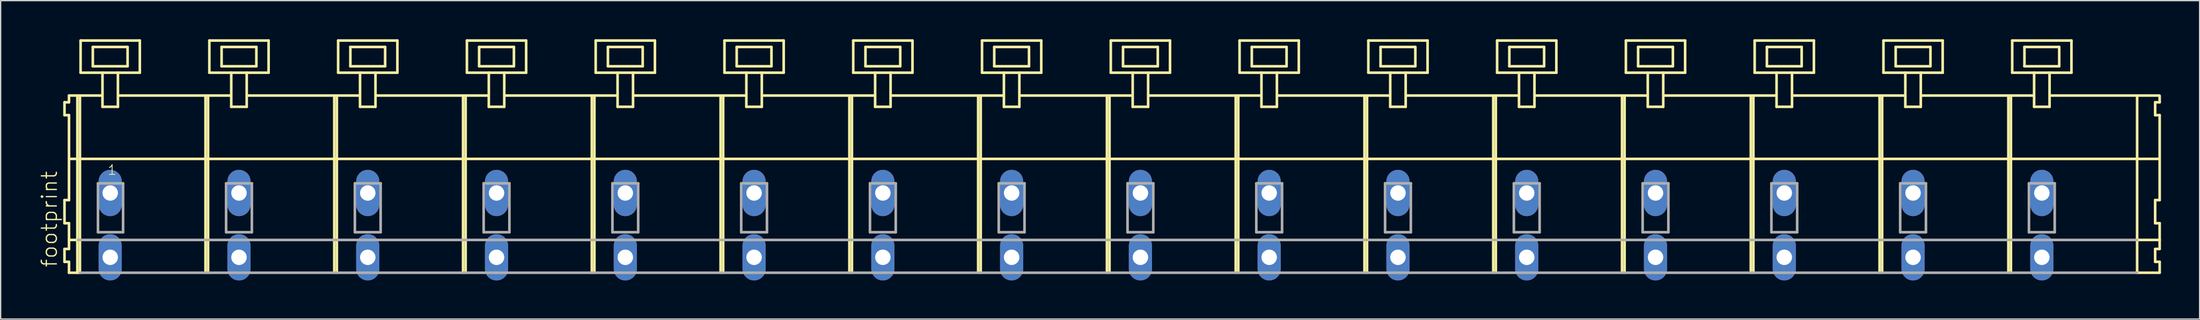
<source format=kicad_pcb>
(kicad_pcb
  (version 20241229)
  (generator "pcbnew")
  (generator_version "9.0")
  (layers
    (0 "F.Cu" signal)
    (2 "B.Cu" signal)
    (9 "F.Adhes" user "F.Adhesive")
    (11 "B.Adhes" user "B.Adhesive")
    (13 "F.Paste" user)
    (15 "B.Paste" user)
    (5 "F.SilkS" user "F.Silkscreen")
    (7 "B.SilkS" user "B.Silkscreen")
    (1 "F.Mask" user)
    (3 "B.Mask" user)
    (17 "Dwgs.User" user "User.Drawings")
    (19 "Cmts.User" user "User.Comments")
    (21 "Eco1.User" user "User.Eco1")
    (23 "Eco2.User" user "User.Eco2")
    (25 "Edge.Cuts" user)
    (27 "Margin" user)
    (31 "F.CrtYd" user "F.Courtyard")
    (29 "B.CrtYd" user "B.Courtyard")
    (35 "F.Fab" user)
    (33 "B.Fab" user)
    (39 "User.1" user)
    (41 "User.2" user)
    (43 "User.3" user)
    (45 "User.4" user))
  (footprint "footprint"
    (layer "F.Cu")
    (at 83.008 11.952)
    (property "Reference" "footprint" (at -81.535 5.855 90) (layer "F.SilkS") (effects (font (size 1.168 1.168) (thickness 0.102)) (justify left bottom)))
    (fp_line (start -81.05 -7.05) (end -81.05 -6.05) (stroke (width 0.203) (type solid)) (layer "F.SilkS"))
    (fp_line (start -81.05 -6.05) (end -80.7 -6.05) (stroke (width 0.203) (type solid)) (layer "F.SilkS"))
    (fp_line (start -81.05 0.55) (end -81.05 2.35) (stroke (width 0.203) (type solid)) (layer "F.SilkS"))
    (fp_line (start -81.05 2.35) (end -80.7 2.35) (stroke (width 0.203) (type solid)) (layer "F.SilkS"))
    (fp_line (start -81.05 4.35) (end -81.05 5.35) (stroke (width 0.203) (type solid)) (layer "F.SilkS"))
    (fp_line (start -81.05 5.35) (end -80.7 5.35) (stroke (width 0.203) (type solid)) (layer "F.SilkS"))
    (fp_line (start -80.7 -7.575) (end -80.7 -7.05) (stroke (width 0.203) (type solid)) (layer "F.SilkS"))
    (fp_line (start -80.7 -7.575) (end -78.125 -7.575) (stroke (width 0.203) (type solid)) (layer "F.SilkS"))
    (fp_line (start -80.7 -7.05) (end -81.05 -7.05) (stroke (width 0.203) (type solid)) (layer "F.SilkS"))
    (fp_line (start -80.7 -6.05) (end -80.7 0.55) (stroke (width 0.203) (type solid)) (layer "F.SilkS"))
    (fp_line (start -80.7 0.55) (end -81.05 0.55) (stroke (width 0.203) (type solid)) (layer "F.SilkS"))
    (fp_line (start -80.7 2.35) (end -80.7 4.35) (stroke (width 0.203) (type solid)) (layer "F.SilkS"))
    (fp_line (start -80.7 3.65) (end -80 3.65) (stroke (width 0.203) (type solid)) (layer "F.SilkS"))
    (fp_line (start -80.7 4.35) (end -81.05 4.35) (stroke (width 0.203) (type solid)) (layer "F.SilkS"))
    (fp_line (start -80.7 5.35) (end -80.7 6.2) (stroke (width 0.203) (type solid)) (layer "F.SilkS"))
    (fp_line (start -80.7 6.2) (end -80.05 6.2) (stroke (width 0.203) (type solid)) (layer "F.SilkS"))
    (fp_line (start -80.65 -2.65) (end 81.6 -2.65) (stroke (width 0.203) (type solid)) (layer "F.SilkS"))
    (fp_line (start -80.05 -7.55) (end -80.05 6.2) (stroke (width 0.203) (type solid)) (layer "F.SilkS"))
    (fp_line (start -80.05 6.2) (end -79.85 6.2) (stroke (width 0.203) (type solid)) (layer "F.SilkS"))
    (fp_line (start -79.85 -7.55) (end -79.85 6.2) (stroke (width 0.203) (type solid)) (layer "F.SilkS"))
    (fp_line (start -79.8 -11.85) (end -79.8 -9.35) (stroke (width 0.203) (type solid)) (layer "F.SilkS"))
    (fp_line (start -79.8 -9.35) (end -78.1 -9.35) (stroke (width 0.203) (type solid)) (layer "F.SilkS"))
    (fp_line (start -78.85 -11.35) (end -78.85 -9.85) (stroke (width 0.203) (type solid)) (layer "F.SilkS"))
    (fp_line (start -78.85 -9.85) (end -76.15 -9.85) (stroke (width 0.203) (type solid)) (layer "F.SilkS"))
    (fp_line (start -78.1 -9.35) (end -78.1 -6.7) (stroke (width 0.203) (type solid)) (layer "F.SilkS"))
    (fp_line (start -78.1 -9.35) (end -76.9 -9.35) (stroke (width 0.203) (type solid)) (layer "F.SilkS"))
    (fp_line (start -78.1 -6.7) (end -76.9 -6.7) (stroke (width 0.203) (type solid)) (layer "F.SilkS"))
    (fp_line (start -76.9 -9.35) (end -75.2 -9.35) (stroke (width 0.203) (type solid)) (layer "F.SilkS"))
    (fp_line (start -76.9 -6.7) (end -76.9 -9.35) (stroke (width 0.203) (type solid)) (layer "F.SilkS"))
    (fp_line (start -76.825 -7.575) (end -68.125 -7.575) (stroke (width 0.203) (type solid)) (layer "F.SilkS"))
    (fp_line (start -76.15 -11.35) (end -78.85 -11.35) (stroke (width 0.203) (type solid)) (layer "F.SilkS"))
    (fp_line (start -76.15 -9.85) (end -76.15 -11.35) (stroke (width 0.203) (type solid)) (layer "F.SilkS"))
    (fp_line (start -75.2 -11.85) (end -79.8 -11.85) (stroke (width 0.203) (type solid)) (layer "F.SilkS"))
    (fp_line (start -75.2 -9.35) (end -75.2 -11.85) (stroke (width 0.203) (type solid)) (layer "F.SilkS"))
    (fp_line (start -70.1 -7.55) (end -70.1 6.2) (stroke (width 0.203) (type solid)) (layer "F.SilkS"))
    (fp_line (start -69.9 -7.55) (end -69.9 6.2) (stroke (width 0.203) (type solid)) (layer "F.SilkS"))
    (fp_line (start -69.8 -11.85) (end -69.8 -9.35) (stroke (width 0.203) (type solid)) (layer "F.SilkS"))
    (fp_line (start -69.8 -9.35) (end -68.1 -9.35) (stroke (width 0.203) (type solid)) (layer "F.SilkS"))
    (fp_line (start -68.85 -11.35) (end -68.85 -9.85) (stroke (width 0.203) (type solid)) (layer "F.SilkS"))
    (fp_line (start -68.85 -9.85) (end -66.15 -9.85) (stroke (width 0.203) (type solid)) (layer "F.SilkS"))
    (fp_line (start -68.1 -9.35) (end -68.1 -6.7) (stroke (width 0.203) (type solid)) (layer "F.SilkS"))
    (fp_line (start -68.1 -9.35) (end -66.9 -9.35) (stroke (width 0.203) (type solid)) (layer "F.SilkS"))
    (fp_line (start -68.1 -6.7) (end -66.9 -6.7) (stroke (width 0.203) (type solid)) (layer "F.SilkS"))
    (fp_line (start -66.9 -9.35) (end -65.2 -9.35) (stroke (width 0.203) (type solid)) (layer "F.SilkS"))
    (fp_line (start -66.9 -6.7) (end -66.9 -9.35) (stroke (width 0.203) (type solid)) (layer "F.SilkS"))
    (fp_line (start -66.825 -7.575) (end -58.125 -7.575) (stroke (width 0.203) (type solid)) (layer "F.SilkS"))
    (fp_line (start -66.15 -11.35) (end -68.85 -11.35) (stroke (width 0.203) (type solid)) (layer "F.SilkS"))
    (fp_line (start -66.15 -9.85) (end -66.15 -11.35) (stroke (width 0.203) (type solid)) (layer "F.SilkS"))
    (fp_line (start -65.2 -11.85) (end -69.8 -11.85) (stroke (width 0.203) (type solid)) (layer "F.SilkS"))
    (fp_line (start -65.2 -9.35) (end -65.2 -11.85) (stroke (width 0.203) (type solid)) (layer "F.SilkS"))
    (fp_line (start -60.1 -7.55) (end -60.1 6.2) (stroke (width 0.203) (type solid)) (layer "F.SilkS"))
    (fp_line (start -59.9 -7.55) (end -59.9 6.2) (stroke (width 0.203) (type solid)) (layer "F.SilkS"))
    (fp_line (start -59.8 -11.85) (end -59.8 -9.35) (stroke (width 0.203) (type solid)) (layer "F.SilkS"))
    (fp_line (start -59.8 -9.35) (end -58.1 -9.35) (stroke (width 0.203) (type solid)) (layer "F.SilkS"))
    (fp_line (start -58.85 -11.35) (end -58.85 -9.85) (stroke (width 0.203) (type solid)) (layer "F.SilkS"))
    (fp_line (start -58.85 -9.85) (end -56.15 -9.85) (stroke (width 0.203) (type solid)) (layer "F.SilkS"))
    (fp_line (start -58.1 -9.35) (end -58.1 -6.7) (stroke (width 0.203) (type solid)) (layer "F.SilkS"))
    (fp_line (start -58.1 -9.35) (end -56.9 -9.35) (stroke (width 0.203) (type solid)) (layer "F.SilkS"))
    (fp_line (start -58.1 -6.7) (end -56.9 -6.7) (stroke (width 0.203) (type solid)) (layer "F.SilkS"))
    (fp_line (start -56.9 -9.35) (end -55.2 -9.35) (stroke (width 0.203) (type solid)) (layer "F.SilkS"))
    (fp_line (start -56.9 -6.7) (end -56.9 -9.35) (stroke (width 0.203) (type solid)) (layer "F.SilkS"))
    (fp_line (start -56.825 -7.575) (end -48.125 -7.575) (stroke (width 0.203) (type solid)) (layer "F.SilkS"))
    (fp_line (start -56.15 -11.35) (end -58.85 -11.35) (stroke (width 0.203) (type solid)) (layer "F.SilkS"))
    (fp_line (start -56.15 -9.85) (end -56.15 -11.35) (stroke (width 0.203) (type solid)) (layer "F.SilkS"))
    (fp_line (start -55.2 -11.85) (end -59.8 -11.85) (stroke (width 0.203) (type solid)) (layer "F.SilkS"))
    (fp_line (start -55.2 -9.35) (end -55.2 -11.85) (stroke (width 0.203) (type solid)) (layer "F.SilkS"))
    (fp_line (start -50.1 -7.55) (end -50.1 6.2) (stroke (width 0.203) (type solid)) (layer "F.SilkS"))
    (fp_line (start -49.9 -7.55) (end -49.9 6.2) (stroke (width 0.203) (type solid)) (layer "F.SilkS"))
    (fp_line (start -49.8 -11.85) (end -49.8 -9.35) (stroke (width 0.203) (type solid)) (layer "F.SilkS"))
    (fp_line (start -49.8 -9.35) (end -48.1 -9.35) (stroke (width 0.203) (type solid)) (layer "F.SilkS"))
    (fp_line (start -48.85 -11.35) (end -48.85 -9.85) (stroke (width 0.203) (type solid)) (layer "F.SilkS"))
    (fp_line (start -48.85 -9.85) (end -46.15 -9.85) (stroke (width 0.203) (type solid)) (layer "F.SilkS"))
    (fp_line (start -48.1 -9.35) (end -48.1 -6.7) (stroke (width 0.203) (type solid)) (layer "F.SilkS"))
    (fp_line (start -48.1 -9.35) (end -46.9 -9.35) (stroke (width 0.203) (type solid)) (layer "F.SilkS"))
    (fp_line (start -48.1 -6.7) (end -46.9 -6.7) (stroke (width 0.203) (type solid)) (layer "F.SilkS"))
    (fp_line (start -46.9 -9.35) (end -45.2 -9.35) (stroke (width 0.203) (type solid)) (layer "F.SilkS"))
    (fp_line (start -46.9 -6.7) (end -46.9 -9.35) (stroke (width 0.203) (type solid)) (layer "F.SilkS"))
    (fp_line (start -46.825 -7.575) (end -38.125 -7.575) (stroke (width 0.203) (type solid)) (layer "F.SilkS"))
    (fp_line (start -46.15 -11.35) (end -48.85 -11.35) (stroke (width 0.203) (type solid)) (layer "F.SilkS"))
    (fp_line (start -46.15 -9.85) (end -46.15 -11.35) (stroke (width 0.203) (type solid)) (layer "F.SilkS"))
    (fp_line (start -45.2 -11.85) (end -49.8 -11.85) (stroke (width 0.203) (type solid)) (layer "F.SilkS"))
    (fp_line (start -45.2 -9.35) (end -45.2 -11.85) (stroke (width 0.203) (type solid)) (layer "F.SilkS"))
    (fp_line (start -40.1 -7.55) (end -40.1 6.2) (stroke (width 0.203) (type solid)) (layer "F.SilkS"))
    (fp_line (start -39.9 -7.55) (end -39.9 6.2) (stroke (width 0.203) (type solid)) (layer "F.SilkS"))
    (fp_line (start -39.8 -11.85) (end -39.8 -9.35) (stroke (width 0.203) (type solid)) (layer "F.SilkS"))
    (fp_line (start -39.8 -9.35) (end -38.1 -9.35) (stroke (width 0.203) (type solid)) (layer "F.SilkS"))
    (fp_line (start -38.85 -11.35) (end -38.85 -9.85) (stroke (width 0.203) (type solid)) (layer "F.SilkS"))
    (fp_line (start -38.85 -9.85) (end -36.15 -9.85) (stroke (width 0.203) (type solid)) (layer "F.SilkS"))
    (fp_line (start -38.1 -9.35) (end -38.1 -6.7) (stroke (width 0.203) (type solid)) (layer "F.SilkS"))
    (fp_line (start -38.1 -9.35) (end -36.9 -9.35) (stroke (width 0.203) (type solid)) (layer "F.SilkS"))
    (fp_line (start -38.1 -6.7) (end -36.9 -6.7) (stroke (width 0.203) (type solid)) (layer "F.SilkS"))
    (fp_line (start -36.9 -9.35) (end -35.2 -9.35) (stroke (width 0.203) (type solid)) (layer "F.SilkS"))
    (fp_line (start -36.9 -6.7) (end -36.9 -9.35) (stroke (width 0.203) (type solid)) (layer "F.SilkS"))
    (fp_line (start -36.825 -7.575) (end -28.125 -7.575) (stroke (width 0.203) (type solid)) (layer "F.SilkS"))
    (fp_line (start -36.15 -11.35) (end -38.85 -11.35) (stroke (width 0.203) (type solid)) (layer "F.SilkS"))
    (fp_line (start -36.15 -9.85) (end -36.15 -11.35) (stroke (width 0.203) (type solid)) (layer "F.SilkS"))
    (fp_line (start -35.2 -11.85) (end -39.8 -11.85) (stroke (width 0.203) (type solid)) (layer "F.SilkS"))
    (fp_line (start -35.2 -9.35) (end -35.2 -11.85) (stroke (width 0.203) (type solid)) (layer "F.SilkS"))
    (fp_line (start -30.1 -7.55) (end -30.1 6.2) (stroke (width 0.203) (type solid)) (layer "F.SilkS"))
    (fp_line (start -29.9 -7.55) (end -29.9 6.2) (stroke (width 0.203) (type solid)) (layer "F.SilkS"))
    (fp_line (start -29.8 -11.85) (end -29.8 -9.35) (stroke (width 0.203) (type solid)) (layer "F.SilkS"))
    (fp_line (start -29.8 -9.35) (end -28.1 -9.35) (stroke (width 0.203) (type solid)) (layer "F.SilkS"))
    (fp_line (start -28.85 -11.35) (end -28.85 -9.85) (stroke (width 0.203) (type solid)) (layer "F.SilkS"))
    (fp_line (start -28.85 -9.85) (end -26.15 -9.85) (stroke (width 0.203) (type solid)) (layer "F.SilkS"))
    (fp_line (start -28.1 -9.35) (end -28.1 -6.7) (stroke (width 0.203) (type solid)) (layer "F.SilkS"))
    (fp_line (start -28.1 -9.35) (end -26.9 -9.35) (stroke (width 0.203) (type solid)) (layer "F.SilkS"))
    (fp_line (start -28.1 -6.7) (end -26.9 -6.7) (stroke (width 0.203) (type solid)) (layer "F.SilkS"))
    (fp_line (start -26.9 -9.35) (end -25.2 -9.35) (stroke (width 0.203) (type solid)) (layer "F.SilkS"))
    (fp_line (start -26.9 -6.7) (end -26.9 -9.35) (stroke (width 0.203) (type solid)) (layer "F.SilkS"))
    (fp_line (start -26.825 -7.575) (end -18.125 -7.575) (stroke (width 0.203) (type solid)) (layer "F.SilkS"))
    (fp_line (start -26.15 -11.35) (end -28.85 -11.35) (stroke (width 0.203) (type solid)) (layer "F.SilkS"))
    (fp_line (start -26.15 -9.85) (end -26.15 -11.35) (stroke (width 0.203) (type solid)) (layer "F.SilkS"))
    (fp_line (start -25.2 -11.85) (end -29.8 -11.85) (stroke (width 0.203) (type solid)) (layer "F.SilkS"))
    (fp_line (start -25.2 -9.35) (end -25.2 -11.85) (stroke (width 0.203) (type solid)) (layer "F.SilkS"))
    (fp_line (start -20.1 -7.55) (end -20.1 6.2) (stroke (width 0.203) (type solid)) (layer "F.SilkS"))
    (fp_line (start -19.9 -7.55) (end -19.9 6.2) (stroke (width 0.203) (type solid)) (layer "F.SilkS"))
    (fp_line (start -19.8 -11.85) (end -19.8 -9.35) (stroke (width 0.203) (type solid)) (layer "F.SilkS"))
    (fp_line (start -19.8 -9.35) (end -18.1 -9.35) (stroke (width 0.203) (type solid)) (layer "F.SilkS"))
    (fp_line (start -18.85 -11.35) (end -18.85 -9.85) (stroke (width 0.203) (type solid)) (layer "F.SilkS"))
    (fp_line (start -18.85 -9.85) (end -16.15 -9.85) (stroke (width 0.203) (type solid)) (layer "F.SilkS"))
    (fp_line (start -18.1 -9.35) (end -18.1 -6.7) (stroke (width 0.203) (type solid)) (layer "F.SilkS"))
    (fp_line (start -18.1 -9.35) (end -16.9 -9.35) (stroke (width 0.203) (type solid)) (layer "F.SilkS"))
    (fp_line (start -18.1 -6.7) (end -16.9 -6.7) (stroke (width 0.203) (type solid)) (layer "F.SilkS"))
    (fp_line (start -16.9 -9.35) (end -15.2 -9.35) (stroke (width 0.203) (type solid)) (layer "F.SilkS"))
    (fp_line (start -16.9 -6.7) (end -16.9 -9.35) (stroke (width 0.203) (type solid)) (layer "F.SilkS"))
    (fp_line (start -16.825 -7.575) (end -8.125 -7.575) (stroke (width 0.203) (type solid)) (layer "F.SilkS"))
    (fp_line (start -16.15 -11.35) (end -18.85 -11.35) (stroke (width 0.203) (type solid)) (layer "F.SilkS"))
    (fp_line (start -16.15 -9.85) (end -16.15 -11.35) (stroke (width 0.203) (type solid)) (layer "F.SilkS"))
    (fp_line (start -15.2 -11.85) (end -19.8 -11.85) (stroke (width 0.203) (type solid)) (layer "F.SilkS"))
    (fp_line (start -15.2 -9.35) (end -15.2 -11.85) (stroke (width 0.203) (type solid)) (layer "F.SilkS"))
    (fp_line (start -10.1 -7.55) (end -10.1 6.2) (stroke (width 0.203) (type solid)) (layer "F.SilkS"))
    (fp_line (start -9.9 -7.55) (end -9.9 6.2) (stroke (width 0.203) (type solid)) (layer "F.SilkS"))
    (fp_line (start -9.8 -11.85) (end -9.8 -9.35) (stroke (width 0.203) (type solid)) (layer "F.SilkS"))
    (fp_line (start -9.8 -9.35) (end -8.1 -9.35) (stroke (width 0.203) (type solid)) (layer "F.SilkS"))
    (fp_line (start -8.85 -11.35) (end -8.85 -9.85) (stroke (width 0.203) (type solid)) (layer "F.SilkS"))
    (fp_line (start -8.85 -9.85) (end -6.15 -9.85) (stroke (width 0.203) (type solid)) (layer "F.SilkS"))
    (fp_line (start -8.1 -9.35) (end -8.1 -6.7) (stroke (width 0.203) (type solid)) (layer "F.SilkS"))
    (fp_line (start -8.1 -9.35) (end -6.9 -9.35) (stroke (width 0.203) (type solid)) (layer "F.SilkS"))
    (fp_line (start -8.1 -6.7) (end -6.9 -6.7) (stroke (width 0.203) (type solid)) (layer "F.SilkS"))
    (fp_line (start -6.9 -9.35) (end -5.2 -9.35) (stroke (width 0.203) (type solid)) (layer "F.SilkS"))
    (fp_line (start -6.9 -6.7) (end -6.9 -9.35) (stroke (width 0.203) (type solid)) (layer "F.SilkS"))
    (fp_line (start -6.825 -7.575) (end 1.875 -7.575) (stroke (width 0.203) (type solid)) (layer "F.SilkS"))
    (fp_line (start -6.15 -11.35) (end -8.85 -11.35) (stroke (width 0.203) (type solid)) (layer "F.SilkS"))
    (fp_line (start -6.15 -9.85) (end -6.15 -11.35) (stroke (width 0.203) (type solid)) (layer "F.SilkS"))
    (fp_line (start -5.2 -11.85) (end -9.8 -11.85) (stroke (width 0.203) (type solid)) (layer "F.SilkS"))
    (fp_line (start -5.2 -9.35) (end -5.2 -11.85) (stroke (width 0.203) (type solid)) (layer "F.SilkS"))
    (fp_line (start -0.1 -7.55) (end -0.1 6.2) (stroke (width 0.203) (type solid)) (layer "F.SilkS"))
    (fp_line (start 0.1 -7.55) (end 0.1 6.2) (stroke (width 0.203) (type solid)) (layer "F.SilkS"))
    (fp_line (start 0.2 -11.85) (end 0.2 -9.35) (stroke (width 0.203) (type solid)) (layer "F.SilkS"))
    (fp_line (start 0.2 -9.35) (end 1.9 -9.35) (stroke (width 0.203) (type solid)) (layer "F.SilkS"))
    (fp_line (start 1.15 -11.35) (end 1.15 -9.85) (stroke (width 0.203) (type solid)) (layer "F.SilkS"))
    (fp_line (start 1.15 -9.85) (end 3.85 -9.85) (stroke (width 0.203) (type solid)) (layer "F.SilkS"))
    (fp_line (start 1.9 -9.35) (end 1.9 -6.7) (stroke (width 0.203) (type solid)) (layer "F.SilkS"))
    (fp_line (start 1.9 -9.35) (end 3.1 -9.35) (stroke (width 0.203) (type solid)) (layer "F.SilkS"))
    (fp_line (start 1.9 -6.7) (end 3.1 -6.7) (stroke (width 0.203) (type solid)) (layer "F.SilkS"))
    (fp_line (start 3.1 -9.35) (end 4.8 -9.35) (stroke (width 0.203) (type solid)) (layer "F.SilkS"))
    (fp_line (start 3.1 -6.7) (end 3.1 -9.35) (stroke (width 0.203) (type solid)) (layer "F.SilkS"))
    (fp_line (start 3.175 -7.575) (end 11.875 -7.575) (stroke (width 0.203) (type solid)) (layer "F.SilkS"))
    (fp_line (start 3.85 -11.35) (end 1.15 -11.35) (stroke (width 0.203) (type solid)) (layer "F.SilkS"))
    (fp_line (start 3.85 -9.85) (end 3.85 -11.35) (stroke (width 0.203) (type solid)) (layer "F.SilkS"))
    (fp_line (start 4.8 -11.85) (end 0.2 -11.85) (stroke (width 0.203) (type solid)) (layer "F.SilkS"))
    (fp_line (start 4.8 -9.35) (end 4.8 -11.85) (stroke (width 0.203) (type solid)) (layer "F.SilkS"))
    (fp_line (start 9.9 -7.55) (end 9.9 6.2) (stroke (width 0.203) (type solid)) (layer "F.SilkS"))
    (fp_line (start 10.1 -7.55) (end 10.1 6.2) (stroke (width 0.203) (type solid)) (layer "F.SilkS"))
    (fp_line (start 10.2 -11.85) (end 10.2 -9.35) (stroke (width 0.203) (type solid)) (layer "F.SilkS"))
    (fp_line (start 10.2 -9.35) (end 11.9 -9.35) (stroke (width 0.203) (type solid)) (layer "F.SilkS"))
    (fp_line (start 11.15 -11.35) (end 11.15 -9.85) (stroke (width 0.203) (type solid)) (layer "F.SilkS"))
    (fp_line (start 11.15 -9.85) (end 13.85 -9.85) (stroke (width 0.203) (type solid)) (layer "F.SilkS"))
    (fp_line (start 11.9 -9.35) (end 11.9 -6.7) (stroke (width 0.203) (type solid)) (layer "F.SilkS"))
    (fp_line (start 11.9 -9.35) (end 13.1 -9.35) (stroke (width 0.203) (type solid)) (layer "F.SilkS"))
    (fp_line (start 11.9 -6.7) (end 13.1 -6.7) (stroke (width 0.203) (type solid)) (layer "F.SilkS"))
    (fp_line (start 13.1 -9.35) (end 14.8 -9.35) (stroke (width 0.203) (type solid)) (layer "F.SilkS"))
    (fp_line (start 13.1 -6.7) (end 13.1 -9.35) (stroke (width 0.203) (type solid)) (layer "F.SilkS"))
    (fp_line (start 13.175 -7.575) (end 21.875 -7.575) (stroke (width 0.203) (type solid)) (layer "F.SilkS"))
    (fp_line (start 13.85 -11.35) (end 11.15 -11.35) (stroke (width 0.203) (type solid)) (layer "F.SilkS"))
    (fp_line (start 13.85 -9.85) (end 13.85 -11.35) (stroke (width 0.203) (type solid)) (layer "F.SilkS"))
    (fp_line (start 14.8 -11.85) (end 10.2 -11.85) (stroke (width 0.203) (type solid)) (layer "F.SilkS"))
    (fp_line (start 14.8 -9.35) (end 14.8 -11.85) (stroke (width 0.203) (type solid)) (layer "F.SilkS"))
    (fp_line (start 19.9 -7.55) (end 19.9 6.2) (stroke (width 0.203) (type solid)) (layer "F.SilkS"))
    (fp_line (start 20.1 -7.55) (end 20.1 6.2) (stroke (width 0.203) (type solid)) (layer "F.SilkS"))
    (fp_line (start 20.2 -11.85) (end 20.2 -9.35) (stroke (width 0.203) (type solid)) (layer "F.SilkS"))
    (fp_line (start 20.2 -9.35) (end 21.9 -9.35) (stroke (width 0.203) (type solid)) (layer "F.SilkS"))
    (fp_line (start 21.15 -11.35) (end 21.15 -9.85) (stroke (width 0.203) (type solid)) (layer "F.SilkS"))
    (fp_line (start 21.15 -9.85) (end 23.85 -9.85) (stroke (width 0.203) (type solid)) (layer "F.SilkS"))
    (fp_line (start 21.9 -9.35) (end 21.9 -6.7) (stroke (width 0.203) (type solid)) (layer "F.SilkS"))
    (fp_line (start 21.9 -9.35) (end 23.1 -9.35) (stroke (width 0.203) (type solid)) (layer "F.SilkS"))
    (fp_line (start 21.9 -6.7) (end 23.1 -6.7) (stroke (width 0.203) (type solid)) (layer "F.SilkS"))
    (fp_line (start 23.1 -9.35) (end 24.8 -9.35) (stroke (width 0.203) (type solid)) (layer "F.SilkS"))
    (fp_line (start 23.1 -6.7) (end 23.1 -9.35) (stroke (width 0.203) (type solid)) (layer "F.SilkS"))
    (fp_line (start 23.175 -7.575) (end 31.875 -7.575) (stroke (width 0.203) (type solid)) (layer "F.SilkS"))
    (fp_line (start 23.85 -11.35) (end 21.15 -11.35) (stroke (width 0.203) (type solid)) (layer "F.SilkS"))
    (fp_line (start 23.85 -9.85) (end 23.85 -11.35) (stroke (width 0.203) (type solid)) (layer "F.SilkS"))
    (fp_line (start 24.8 -11.85) (end 20.2 -11.85) (stroke (width 0.203) (type solid)) (layer "F.SilkS"))
    (fp_line (start 24.8 -9.35) (end 24.8 -11.85) (stroke (width 0.203) (type solid)) (layer "F.SilkS"))
    (fp_line (start 29.9 -7.55) (end 29.9 6.2) (stroke (width 0.203) (type solid)) (layer "F.SilkS"))
    (fp_line (start 30.1 -7.55) (end 30.1 6.2) (stroke (width 0.203) (type solid)) (layer "F.SilkS"))
    (fp_line (start 30.2 -11.85) (end 30.2 -9.35) (stroke (width 0.203) (type solid)) (layer "F.SilkS"))
    (fp_line (start 30.2 -9.35) (end 31.9 -9.35) (stroke (width 0.203) (type solid)) (layer "F.SilkS"))
    (fp_line (start 31.15 -11.35) (end 31.15 -9.85) (stroke (width 0.203) (type solid)) (layer "F.SilkS"))
    (fp_line (start 31.15 -9.85) (end 33.85 -9.85) (stroke (width 0.203) (type solid)) (layer "F.SilkS"))
    (fp_line (start 31.9 -9.35) (end 31.9 -6.7) (stroke (width 0.203) (type solid)) (layer "F.SilkS"))
    (fp_line (start 31.9 -9.35) (end 33.1 -9.35) (stroke (width 0.203) (type solid)) (layer "F.SilkS"))
    (fp_line (start 31.9 -6.7) (end 33.1 -6.7) (stroke (width 0.203) (type solid)) (layer "F.SilkS"))
    (fp_line (start 33.1 -9.35) (end 34.8 -9.35) (stroke (width 0.203) (type solid)) (layer "F.SilkS"))
    (fp_line (start 33.1 -6.7) (end 33.1 -9.35) (stroke (width 0.203) (type solid)) (layer "F.SilkS"))
    (fp_line (start 33.175 -7.575) (end 41.875 -7.575) (stroke (width 0.203) (type solid)) (layer "F.SilkS"))
    (fp_line (start 33.85 -11.35) (end 31.15 -11.35) (stroke (width 0.203) (type solid)) (layer "F.SilkS"))
    (fp_line (start 33.85 -9.85) (end 33.85 -11.35) (stroke (width 0.203) (type solid)) (layer "F.SilkS"))
    (fp_line (start 34.8 -11.85) (end 30.2 -11.85) (stroke (width 0.203) (type solid)) (layer "F.SilkS"))
    (fp_line (start 34.8 -9.35) (end 34.8 -11.85) (stroke (width 0.203) (type solid)) (layer "F.SilkS"))
    (fp_line (start 39.9 -7.55) (end 39.9 6.2) (stroke (width 0.203) (type solid)) (layer "F.SilkS"))
    (fp_line (start 40.1 -7.55) (end 40.1 6.2) (stroke (width 0.203) (type solid)) (layer "F.SilkS"))
    (fp_line (start 40.2 -11.85) (end 40.2 -9.35) (stroke (width 0.203) (type solid)) (layer "F.SilkS"))
    (fp_line (start 40.2 -9.35) (end 41.9 -9.35) (stroke (width 0.203) (type solid)) (layer "F.SilkS"))
    (fp_line (start 41.15 -11.35) (end 41.15 -9.85) (stroke (width 0.203) (type solid)) (layer "F.SilkS"))
    (fp_line (start 41.15 -9.85) (end 43.85 -9.85) (stroke (width 0.203) (type solid)) (layer "F.SilkS"))
    (fp_line (start 41.9 -9.35) (end 41.9 -6.7) (stroke (width 0.203) (type solid)) (layer "F.SilkS"))
    (fp_line (start 41.9 -9.35) (end 43.1 -9.35) (stroke (width 0.203) (type solid)) (layer "F.SilkS"))
    (fp_line (start 41.9 -6.7) (end 43.1 -6.7) (stroke (width 0.203) (type solid)) (layer "F.SilkS"))
    (fp_line (start 43.1 -9.35) (end 44.8 -9.35) (stroke (width 0.203) (type solid)) (layer "F.SilkS"))
    (fp_line (start 43.1 -6.7) (end 43.1 -9.35) (stroke (width 0.203) (type solid)) (layer "F.SilkS"))
    (fp_line (start 43.175 -7.575) (end 51.875 -7.575) (stroke (width 0.203) (type solid)) (layer "F.SilkS"))
    (fp_line (start 43.85 -11.35) (end 41.15 -11.35) (stroke (width 0.203) (type solid)) (layer "F.SilkS"))
    (fp_line (start 43.85 -9.85) (end 43.85 -11.35) (stroke (width 0.203) (type solid)) (layer "F.SilkS"))
    (fp_line (start 44.8 -11.85) (end 40.2 -11.85) (stroke (width 0.203) (type solid)) (layer "F.SilkS"))
    (fp_line (start 44.8 -9.35) (end 44.8 -11.85) (stroke (width 0.203) (type solid)) (layer "F.SilkS"))
    (fp_line (start 49.9 -7.55) (end 49.9 6.2) (stroke (width 0.203) (type solid)) (layer "F.SilkS"))
    (fp_line (start 50.1 -7.55) (end 50.1 6.2) (stroke (width 0.203) (type solid)) (layer "F.SilkS"))
    (fp_line (start 50.2 -11.85) (end 50.2 -9.35) (stroke (width 0.203) (type solid)) (layer "F.SilkS"))
    (fp_line (start 50.2 -9.35) (end 51.9 -9.35) (stroke (width 0.203) (type solid)) (layer "F.SilkS"))
    (fp_line (start 51.15 -11.35) (end 51.15 -9.85) (stroke (width 0.203) (type solid)) (layer "F.SilkS"))
    (fp_line (start 51.15 -9.85) (end 53.85 -9.85) (stroke (width 0.203) (type solid)) (layer "F.SilkS"))
    (fp_line (start 51.9 -9.35) (end 51.9 -6.7) (stroke (width 0.203) (type solid)) (layer "F.SilkS"))
    (fp_line (start 51.9 -9.35) (end 53.1 -9.35) (stroke (width 0.203) (type solid)) (layer "F.SilkS"))
    (fp_line (start 51.9 -6.7) (end 53.1 -6.7) (stroke (width 0.203) (type solid)) (layer "F.SilkS"))
    (fp_line (start 53.1 -9.35) (end 54.8 -9.35) (stroke (width 0.203) (type solid)) (layer "F.SilkS"))
    (fp_line (start 53.1 -6.7) (end 53.1 -9.35) (stroke (width 0.203) (type solid)) (layer "F.SilkS"))
    (fp_line (start 53.175 -7.575) (end 61.875 -7.575) (stroke (width 0.203) (type solid)) (layer "F.SilkS"))
    (fp_line (start 53.85 -11.35) (end 51.15 -11.35) (stroke (width 0.203) (type solid)) (layer "F.SilkS"))
    (fp_line (start 53.85 -9.85) (end 53.85 -11.35) (stroke (width 0.203) (type solid)) (layer "F.SilkS"))
    (fp_line (start 54.8 -11.85) (end 50.2 -11.85) (stroke (width 0.203) (type solid)) (layer "F.SilkS"))
    (fp_line (start 54.8 -9.35) (end 54.8 -11.85) (stroke (width 0.203) (type solid)) (layer "F.SilkS"))
    (fp_line (start 59.9 -7.55) (end 59.9 6.2) (stroke (width 0.203) (type solid)) (layer "F.SilkS"))
    (fp_line (start 60.1 -7.55) (end 60.1 6.2) (stroke (width 0.203) (type solid)) (layer "F.SilkS"))
    (fp_line (start 60.2 -11.85) (end 60.2 -9.35) (stroke (width 0.203) (type solid)) (layer "F.SilkS"))
    (fp_line (start 60.2 -9.35) (end 61.9 -9.35) (stroke (width 0.203) (type solid)) (layer "F.SilkS"))
    (fp_line (start 61.15 -11.35) (end 61.15 -9.85) (stroke (width 0.203) (type solid)) (layer "F.SilkS"))
    (fp_line (start 61.15 -9.85) (end 63.85 -9.85) (stroke (width 0.203) (type solid)) (layer "F.SilkS"))
    (fp_line (start 61.9 -9.35) (end 61.9 -6.7) (stroke (width 0.203) (type solid)) (layer "F.SilkS"))
    (fp_line (start 61.9 -9.35) (end 63.1 -9.35) (stroke (width 0.203) (type solid)) (layer "F.SilkS"))
    (fp_line (start 61.9 -6.7) (end 63.1 -6.7) (stroke (width 0.203) (type solid)) (layer "F.SilkS"))
    (fp_line (start 63.1 -9.35) (end 64.8 -9.35) (stroke (width 0.203) (type solid)) (layer "F.SilkS"))
    (fp_line (start 63.1 -6.7) (end 63.1 -9.35) (stroke (width 0.203) (type solid)) (layer "F.SilkS"))
    (fp_line (start 63.175 -7.575) (end 71.875 -7.575) (stroke (width 0.203) (type solid)) (layer "F.SilkS"))
    (fp_line (start 63.85 -11.35) (end 61.15 -11.35) (stroke (width 0.203) (type solid)) (layer "F.SilkS"))
    (fp_line (start 63.85 -9.85) (end 63.85 -11.35) (stroke (width 0.203) (type solid)) (layer "F.SilkS"))
    (fp_line (start 64.8 -11.85) (end 60.2 -11.85) (stroke (width 0.203) (type solid)) (layer "F.SilkS"))
    (fp_line (start 64.8 -9.35) (end 64.8 -11.85) (stroke (width 0.203) (type solid)) (layer "F.SilkS"))
    (fp_line (start 69.9 -7.55) (end 69.9 6.2) (stroke (width 0.203) (type solid)) (layer "F.SilkS"))
    (fp_line (start 70.1 -7.55) (end 70.1 6.2) (stroke (width 0.203) (type solid)) (layer "F.SilkS"))
    (fp_line (start 70.2 -11.85) (end 70.2 -9.35) (stroke (width 0.203) (type solid)) (layer "F.SilkS"))
    (fp_line (start 70.2 -9.35) (end 71.9 -9.35) (stroke (width 0.203) (type solid)) (layer "F.SilkS"))
    (fp_line (start 71.15 -11.35) (end 71.15 -9.85) (stroke (width 0.203) (type solid)) (layer "F.SilkS"))
    (fp_line (start 71.15 -9.85) (end 73.85 -9.85) (stroke (width 0.203) (type solid)) (layer "F.SilkS"))
    (fp_line (start 71.9 -9.35) (end 71.9 -6.7) (stroke (width 0.203) (type solid)) (layer "F.SilkS"))
    (fp_line (start 71.9 -9.35) (end 73.1 -9.35) (stroke (width 0.203) (type solid)) (layer "F.SilkS"))
    (fp_line (start 71.9 -6.7) (end 73.1 -6.7) (stroke (width 0.203) (type solid)) (layer "F.SilkS"))
    (fp_line (start 73.1 -9.35) (end 74.8 -9.35) (stroke (width 0.203) (type solid)) (layer "F.SilkS"))
    (fp_line (start 73.1 -6.7) (end 73.1 -9.35) (stroke (width 0.203) (type solid)) (layer "F.SilkS"))
    (fp_line (start 73.125 -7.575) (end 81.625 -7.575) (stroke (width 0.203) (type solid)) (layer "F.SilkS"))
    (fp_line (start 73.85 -11.35) (end 71.15 -11.35) (stroke (width 0.203) (type solid)) (layer "F.SilkS"))
    (fp_line (start 73.85 -9.85) (end 73.85 -11.35) (stroke (width 0.203) (type solid)) (layer "F.SilkS"))
    (fp_line (start 74.8 -11.85) (end 70.2 -11.85) (stroke (width 0.203) (type solid)) (layer "F.SilkS"))
    (fp_line (start 74.8 -9.35) (end 74.8 -11.85) (stroke (width 0.203) (type solid)) (layer "F.SilkS"))
    (fp_line (start 79.9 -7.55) (end 79.9 6.2) (stroke (width 0.203) (type solid)) (layer "F.SilkS"))
    (fp_line (start 79.9 6.2) (end 81.65 6.2) (stroke (width 0.203) (type solid)) (layer "F.SilkS"))
    (fp_line (start 79.95 3.65) (end 81.65 3.65) (stroke (width 0.203) (type solid)) (layer "F.SilkS"))
    (fp_line (start 81.3 -7.05) (end 81.3 -6.05) (stroke (width 0.203) (type solid)) (layer "F.SilkS"))
    (fp_line (start 81.3 -6.05) (end 81.65 -6.05) (stroke (width 0.203) (type solid)) (layer "F.SilkS"))
    (fp_line (start 81.3 0.55) (end 81.3 2.35) (stroke (width 0.203) (type solid)) (layer "F.SilkS"))
    (fp_line (start 81.3 2.35) (end 81.65 2.35) (stroke (width 0.203) (type solid)) (layer "F.SilkS"))
    (fp_line (start 81.3 4.35) (end 81.3 5.35) (stroke (width 0.203) (type solid)) (layer "F.SilkS"))
    (fp_line (start 81.3 5.35) (end 81.65 5.35) (stroke (width 0.203) (type solid)) (layer "F.SilkS"))
    (fp_line (start 81.65 -7.05) (end 81.3 -7.05) (stroke (width 0.203) (type solid)) (layer "F.SilkS"))
    (fp_line (start 81.65 -7.05) (end 81.65 -7.55) (stroke (width 0.203) (type solid)) (layer "F.SilkS"))
    (fp_line (start 81.65 0.55) (end 81.3 0.55) (stroke (width 0.203) (type solid)) (layer "F.SilkS"))
    (fp_line (start 81.65 0.55) (end 81.65 -6.05) (stroke (width 0.203) (type solid)) (layer "F.SilkS"))
    (fp_line (start 81.65 3.65) (end 81.65 2.35) (stroke (width 0.203) (type solid)) (layer "F.SilkS"))
    (fp_line (start 81.65 4.35) (end 81.3 4.35) (stroke (width 0.203) (type solid)) (layer "F.SilkS"))
    (fp_line (start 81.65 4.35) (end 81.65 3.65) (stroke (width 0.203) (type solid)) (layer "F.SilkS"))
    (fp_line (start 81.65 6.2) (end 81.65 5.35) (stroke (width 0.203) (type solid)) (layer "F.SilkS"))
    (fp_line (start -80 3.65) (end 79.9 3.65) (stroke (width 0.203) (type solid)) (layer "F.Fab"))
    (fp_line (start -79.85 6.2) (end 79.9 6.2) (stroke (width 0.203) (type solid)) (layer "F.Fab"))
    (fp_line (start -78.45 -0.75) (end -78.45 3.05) (stroke (width 0.203) (type solid)) (layer "F.Fab"))
    (fp_line (start -78.45 3.05) (end -76.5 3.05) (stroke (width 0.203) (type solid)) (layer "F.Fab"))
    (fp_line (start -76.5 -0.75) (end -78.45 -0.75) (stroke (width 0.203) (type solid)) (layer "F.Fab"))
    (fp_line (start -76.5 3.05) (end -76.5 -0.75) (stroke (width 0.203) (type solid)) (layer "F.Fab"))
    (fp_line (start -68.5 -0.75) (end -68.5 3.05) (stroke (width 0.203) (type solid)) (layer "F.Fab"))
    (fp_line (start -68.5 3.05) (end -66.5 3.05) (stroke (width 0.203) (type solid)) (layer "F.Fab"))
    (fp_line (start -66.5 -0.75) (end -68.5 -0.75) (stroke (width 0.203) (type solid)) (layer "F.Fab"))
    (fp_line (start -66.5 3.05) (end -66.5 -0.75) (stroke (width 0.203) (type solid)) (layer "F.Fab"))
    (fp_line (start -58.5 -0.75) (end -58.5 3.05) (stroke (width 0.203) (type solid)) (layer "F.Fab"))
    (fp_line (start -58.5 3.05) (end -56.5 3.05) (stroke (width 0.203) (type solid)) (layer "F.Fab"))
    (fp_line (start -56.5 -0.75) (end -58.5 -0.75) (stroke (width 0.203) (type solid)) (layer "F.Fab"))
    (fp_line (start -56.5 3.05) (end -56.5 -0.75) (stroke (width 0.203) (type solid)) (layer "F.Fab"))
    (fp_line (start -48.5 -0.75) (end -48.5 3.05) (stroke (width 0.203) (type solid)) (layer "F.Fab"))
    (fp_line (start -48.5 3.05) (end -46.5 3.05) (stroke (width 0.203) (type solid)) (layer "F.Fab"))
    (fp_line (start -46.5 -0.75) (end -48.5 -0.75) (stroke (width 0.203) (type solid)) (layer "F.Fab"))
    (fp_line (start -46.5 3.05) (end -46.5 -0.75) (stroke (width 0.203) (type solid)) (layer "F.Fab"))
    (fp_line (start -38.5 -0.75) (end -38.5 3.05) (stroke (width 0.203) (type solid)) (layer "F.Fab"))
    (fp_line (start -38.5 3.05) (end -36.5 3.05) (stroke (width 0.203) (type solid)) (layer "F.Fab"))
    (fp_line (start -36.5 -0.75) (end -38.5 -0.75) (stroke (width 0.203) (type solid)) (layer "F.Fab"))
    (fp_line (start -36.5 3.05) (end -36.5 -0.75) (stroke (width 0.203) (type solid)) (layer "F.Fab"))
    (fp_line (start -28.5 -0.75) (end -28.5 3.05) (stroke (width 0.203) (type solid)) (layer "F.Fab"))
    (fp_line (start -28.5 3.05) (end -26.5 3.05) (stroke (width 0.203) (type solid)) (layer "F.Fab"))
    (fp_line (start -26.5 -0.75) (end -28.5 -0.75) (stroke (width 0.203) (type solid)) (layer "F.Fab"))
    (fp_line (start -26.5 3.05) (end -26.5 -0.75) (stroke (width 0.203) (type solid)) (layer "F.Fab"))
    (fp_line (start -18.5 -0.75) (end -18.5 3.05) (stroke (width 0.203) (type solid)) (layer "F.Fab"))
    (fp_line (start -18.5 3.05) (end -16.5 3.05) (stroke (width 0.203) (type solid)) (layer "F.Fab"))
    (fp_line (start -16.5 -0.75) (end -18.5 -0.75) (stroke (width 0.203) (type solid)) (layer "F.Fab"))
    (fp_line (start -16.5 3.05) (end -16.5 -0.75) (stroke (width 0.203) (type solid)) (layer "F.Fab"))
    (fp_line (start -8.5 -0.75) (end -8.5 3.05) (stroke (width 0.203) (type solid)) (layer "F.Fab"))
    (fp_line (start -8.5 3.05) (end -6.5 3.05) (stroke (width 0.203) (type solid)) (layer "F.Fab"))
    (fp_line (start -6.5 -0.75) (end -8.5 -0.75) (stroke (width 0.203) (type solid)) (layer "F.Fab"))
    (fp_line (start -6.5 3.05) (end -6.5 -0.75) (stroke (width 0.203) (type solid)) (layer "F.Fab"))
    (fp_line (start 1.5 -0.75) (end 1.5 3.05) (stroke (width 0.203) (type solid)) (layer "F.Fab"))
    (fp_line (start 1.5 3.05) (end 3.5 3.05) (stroke (width 0.203) (type solid)) (layer "F.Fab"))
    (fp_line (start 3.5 -0.75) (end 1.5 -0.75) (stroke (width 0.203) (type solid)) (layer "F.Fab"))
    (fp_line (start 3.5 3.05) (end 3.5 -0.75) (stroke (width 0.203) (type solid)) (layer "F.Fab"))
    (fp_line (start 11.5 -0.75) (end 11.5 3.05) (stroke (width 0.203) (type solid)) (layer "F.Fab"))
    (fp_line (start 11.5 3.05) (end 13.5 3.05) (stroke (width 0.203) (type solid)) (layer "F.Fab"))
    (fp_line (start 13.5 -0.75) (end 11.5 -0.75) (stroke (width 0.203) (type solid)) (layer "F.Fab"))
    (fp_line (start 13.5 3.05) (end 13.5 -0.75) (stroke (width 0.203) (type solid)) (layer "F.Fab"))
    (fp_line (start 21.5 -0.75) (end 21.5 3.05) (stroke (width 0.203) (type solid)) (layer "F.Fab"))
    (fp_line (start 21.5 3.05) (end 23.5 3.05) (stroke (width 0.203) (type solid)) (layer "F.Fab"))
    (fp_line (start 23.5 -0.75) (end 21.5 -0.75) (stroke (width 0.203) (type solid)) (layer "F.Fab"))
    (fp_line (start 23.5 3.05) (end 23.5 -0.75) (stroke (width 0.203) (type solid)) (layer "F.Fab"))
    (fp_line (start 31.5 -0.75) (end 31.5 3.05) (stroke (width 0.203) (type solid)) (layer "F.Fab"))
    (fp_line (start 31.5 3.05) (end 33.5 3.05) (stroke (width 0.203) (type solid)) (layer "F.Fab"))
    (fp_line (start 33.5 -0.75) (end 31.5 -0.75) (stroke (width 0.203) (type solid)) (layer "F.Fab"))
    (fp_line (start 33.5 3.05) (end 33.5 -0.75) (stroke (width 0.203) (type solid)) (layer "F.Fab"))
    (fp_line (start 41.5 -0.75) (end 41.5 3.05) (stroke (width 0.203) (type solid)) (layer "F.Fab"))
    (fp_line (start 41.5 3.05) (end 43.5 3.05) (stroke (width 0.203) (type solid)) (layer "F.Fab"))
    (fp_line (start 43.5 -0.75) (end 41.5 -0.75) (stroke (width 0.203) (type solid)) (layer "F.Fab"))
    (fp_line (start 43.5 3.05) (end 43.5 -0.75) (stroke (width 0.203) (type solid)) (layer "F.Fab"))
    (fp_line (start 51.5 -0.75) (end 51.5 3.05) (stroke (width 0.203) (type solid)) (layer "F.Fab"))
    (fp_line (start 51.5 3.05) (end 53.5 3.05) (stroke (width 0.203) (type solid)) (layer "F.Fab"))
    (fp_line (start 53.5 -0.75) (end 51.5 -0.75) (stroke (width 0.203) (type solid)) (layer "F.Fab"))
    (fp_line (start 53.5 3.05) (end 53.5 -0.75) (stroke (width 0.203) (type solid)) (layer "F.Fab"))
    (fp_line (start 61.5 -0.75) (end 61.5 3.05) (stroke (width 0.203) (type solid)) (layer "F.Fab"))
    (fp_line (start 61.5 3.05) (end 63.5 3.05) (stroke (width 0.203) (type solid)) (layer "F.Fab"))
    (fp_line (start 63.5 -0.75) (end 61.5 -0.75) (stroke (width 0.203) (type solid)) (layer "F.Fab"))
    (fp_line (start 63.5 3.05) (end 63.5 -0.75) (stroke (width 0.203) (type solid)) (layer "F.Fab"))
    (fp_line (start 71.5 -0.75) (end 71.5 3.05) (stroke (width 0.203) (type solid)) (layer "F.Fab"))
    (fp_line (start 71.5 3.05) (end 73.5 3.05) (stroke (width 0.203) (type solid)) (layer "F.Fab"))
    (fp_line (start 73.5 -0.75) (end 71.5 -0.75) (stroke (width 0.203) (type solid)) (layer "F.Fab"))
    (fp_line (start 73.5 3.05) (end 73.5 -0.75) (stroke (width 0.203) (type solid)) (layer "F.Fab"))
    (fp_text user "1" (at -77.75 -1.35 0) (layer "F.SilkS") (effects (font (size 0.748 0.748) (thickness 0.065)) (justify left bottom)))
    (pad "A1" thru_hole oval (at -77.5 0 90) (size 3.6 1.8) (drill 1.2) (layers "*.Cu" "*.Mask"))
    (pad "A2" thru_hole oval (at -67.5 0 90) (size 3.6 1.8) (drill 1.2) (layers "*.Cu" "*.Mask"))
    (pad "A3" thru_hole oval (at -57.5 0 90) (size 3.6 1.8) (drill 1.2) (layers "*.Cu" "*.Mask"))
    (pad "A4" thru_hole oval (at -47.5 0 90) (size 3.6 1.8) (drill 1.2) (layers "*.Cu" "*.Mask"))
    (pad "A5" thru_hole oval (at -37.5 0 90) (size 3.6 1.8) (drill 1.2) (layers "*.Cu" "*.Mask"))
    (pad "A6" thru_hole oval (at -27.5 0 90) (size 3.6 1.8) (drill 1.2) (layers "*.Cu" "*.Mask"))
    (pad "A7" thru_hole oval (at -17.5 0 90) (size 3.6 1.8) (drill 1.2) (layers "*.Cu" "*.Mask"))
    (pad "A8" thru_hole oval (at -7.5 0 90) (size 3.6 1.8) (drill 1.2) (layers "*.Cu" "*.Mask"))
    (pad "A9" thru_hole oval (at 2.5 0 90) (size 3.6 1.8) (drill 1.2) (layers "*.Cu" "*.Mask"))
    (pad "A10" thru_hole oval (at 12.5 0 90) (size 3.6 1.8) (drill 1.2) (layers "*.Cu" "*.Mask"))
    (pad "A11" thru_hole oval (at 22.5 0 90) (size 3.6 1.8) (drill 1.2) (layers "*.Cu" "*.Mask"))
    (pad "A12" thru_hole oval (at 32.5 0 90) (size 3.6 1.8) (drill 1.2) (layers "*.Cu" "*.Mask"))
    (pad "A13" thru_hole oval (at 42.5 0 90) (size 3.6 1.8) (drill 1.2) (layers "*.Cu" "*.Mask"))
    (pad "A14" thru_hole oval (at 52.5 0 90) (size 3.6 1.8) (drill 1.2) (layers "*.Cu" "*.Mask"))
    (pad "A15" thru_hole oval (at 62.5 0 90) (size 3.6 1.8) (drill 1.2) (layers "*.Cu" "*.Mask"))
    (pad "A16" thru_hole oval (at 72.5 0 90) (size 3.6 1.8) (drill 1.2) (layers "*.Cu" "*.Mask"))
    (pad "B1" thru_hole oval (at -77.5 5 90) (size 3.6 1.8) (drill 1.2) (layers "*.Cu" "*.Mask"))
    (pad "B2" thru_hole oval (at -67.5 5 90) (size 3.6 1.8) (drill 1.2) (layers "*.Cu" "*.Mask"))
    (pad "B3" thru_hole oval (at -57.5 5 90) (size 3.6 1.8) (drill 1.2) (layers "*.Cu" "*.Mask"))
    (pad "B4" thru_hole oval (at -47.5 5 90) (size 3.6 1.8) (drill 1.2) (layers "*.Cu" "*.Mask"))
    (pad "B5" thru_hole oval (at -37.5 5 90) (size 3.6 1.8) (drill 1.2) (layers "*.Cu" "*.Mask"))
    (pad "B6" thru_hole oval (at -27.5 5 90) (size 3.6 1.8) (drill 1.2) (layers "*.Cu" "*.Mask"))
    (pad "B7" thru_hole oval (at -17.5 5 90) (size 3.6 1.8) (drill 1.2) (layers "*.Cu" "*.Mask"))
    (pad "B8" thru_hole oval (at -7.5 5 90) (size 3.6 1.8) (drill 1.2) (layers "*.Cu" "*.Mask"))
    (pad "B9" thru_hole oval (at 2.5 5 90) (size 3.6 1.8) (drill 1.2) (layers "*.Cu" "*.Mask"))
    (pad "B10" thru_hole oval (at 12.5 5 90) (size 3.6 1.8) (drill 1.2) (layers "*.Cu" "*.Mask"))
    (pad "B11" thru_hole oval (at 22.5 5 90) (size 3.6 1.8) (drill 1.2) (layers "*.Cu" "*.Mask"))
    (pad "B12" thru_hole oval (at 32.5 5 90) (size 3.6 1.8) (drill 1.2) (layers "*.Cu" "*.Mask"))
    (pad "B13" thru_hole oval (at 42.5 5 90) (size 3.6 1.8) (drill 1.2) (layers "*.Cu" "*.Mask"))
    (pad "B14" thru_hole oval (at 52.5 5 90) (size 3.6 1.8) (drill 1.2) (layers "*.Cu" "*.Mask"))
    (pad "B15" thru_hole oval (at 62.5 5 90) (size 3.6 1.8) (drill 1.2) (layers "*.Cu" "*.Mask"))
    (pad "B16" thru_hole oval (at 72.5 5 90) (size 3.6 1.8) (drill 1.2) (layers "*.Cu" "*.Mask")))
  (gr_rect
    (start -3 -3)
    (end 167.76 21.752)
    (stroke (width 0.1) (type default))
    (fill no)
    (layer "Edge.Cuts")))
</source>
